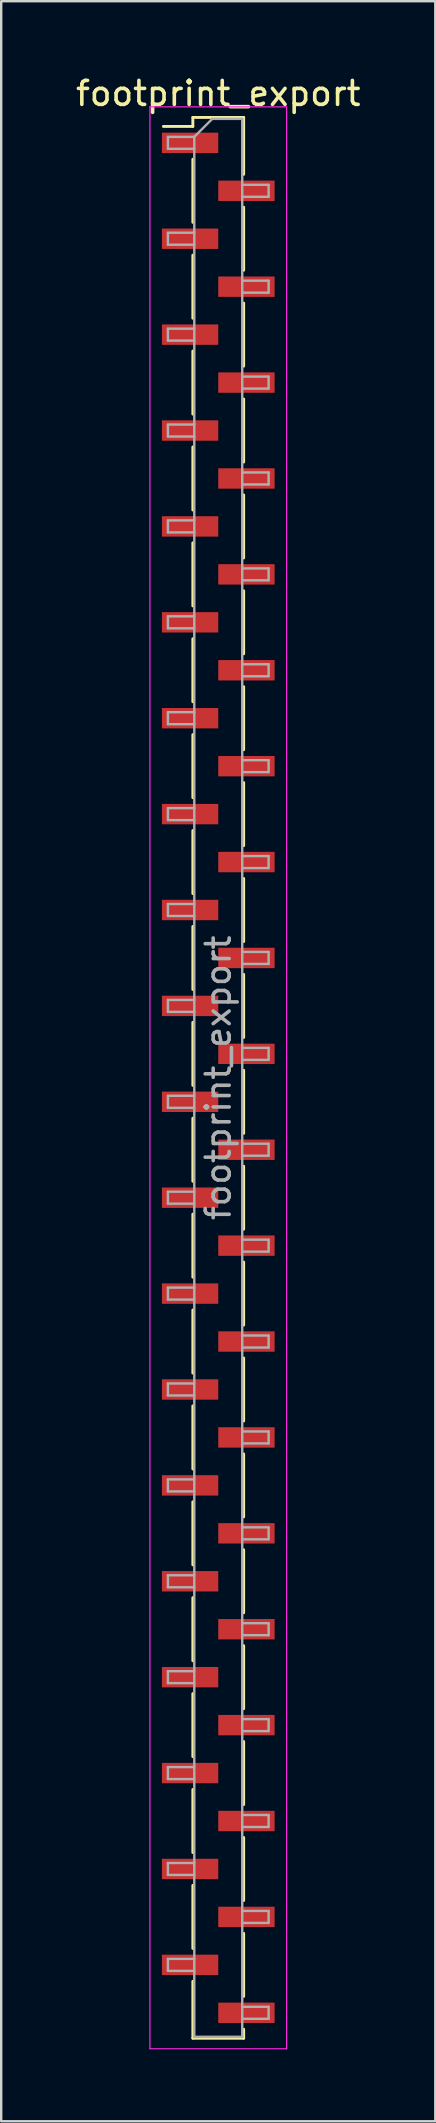
<source format=kicad_pcb>
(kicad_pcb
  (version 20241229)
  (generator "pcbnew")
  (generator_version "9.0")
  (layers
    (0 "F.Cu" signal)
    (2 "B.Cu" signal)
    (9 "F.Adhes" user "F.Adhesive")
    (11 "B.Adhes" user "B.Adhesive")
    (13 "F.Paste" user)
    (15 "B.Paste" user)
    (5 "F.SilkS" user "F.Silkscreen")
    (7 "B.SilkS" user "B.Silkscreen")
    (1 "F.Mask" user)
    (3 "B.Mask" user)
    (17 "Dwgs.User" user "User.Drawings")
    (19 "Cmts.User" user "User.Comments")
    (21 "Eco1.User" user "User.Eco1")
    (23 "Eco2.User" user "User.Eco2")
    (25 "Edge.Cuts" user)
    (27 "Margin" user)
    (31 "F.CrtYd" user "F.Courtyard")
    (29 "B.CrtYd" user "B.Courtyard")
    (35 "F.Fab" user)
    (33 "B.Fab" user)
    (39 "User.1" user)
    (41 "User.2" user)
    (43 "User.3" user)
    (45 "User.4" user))
  (footprint "footprint_export"
    (layer "F.Cu")
    (at 6.054 41.908)
    (property "Reference" "footprint_export" (at 0 -41.06 0) (layer "F.SilkS") (effects (font (size 1 1) (thickness 0.15))))
    (attr smd)
    (fp_line (start -1.06 -40.06) (end -1.06 -39.685) (stroke (width 0.12) (type solid)) (layer "F.SilkS"))
    (fp_line (start -1.06 -40.06) (end 1.06 -40.06) (stroke (width 0.12) (type solid)) (layer "F.SilkS"))
    (fp_line (start -1.06 -39.685) (end -2.29 -39.685) (stroke (width 0.12) (type solid)) (layer "F.SilkS"))
    (fp_line (start -1.06 -38.315) (end -1.06 -35.685) (stroke (width 0.12) (type solid)) (layer "F.SilkS"))
    (fp_line (start -1.06 -34.315) (end -1.06 -31.685) (stroke (width 0.12) (type solid)) (layer "F.SilkS"))
    (fp_line (start -1.06 -30.315) (end -1.06 -27.685) (stroke (width 0.12) (type solid)) (layer "F.SilkS"))
    (fp_line (start -1.06 -26.315) (end -1.06 -23.685) (stroke (width 0.12) (type solid)) (layer "F.SilkS"))
    (fp_line (start -1.06 -22.315) (end -1.06 -19.685) (stroke (width 0.12) (type solid)) (layer "F.SilkS"))
    (fp_line (start -1.06 -18.315) (end -1.06 -15.685) (stroke (width 0.12) (type solid)) (layer "F.SilkS"))
    (fp_line (start -1.06 -14.315) (end -1.06 -11.685) (stroke (width 0.12) (type solid)) (layer "F.SilkS"))
    (fp_line (start -1.06 -10.315) (end -1.06 -7.685) (stroke (width 0.12) (type solid)) (layer "F.SilkS"))
    (fp_line (start -1.06 -6.315) (end -1.06 -3.685) (stroke (width 0.12) (type solid)) (layer "F.SilkS"))
    (fp_line (start -1.06 -2.315) (end -1.06 0.315) (stroke (width 0.12) (type solid)) (layer "F.SilkS"))
    (fp_line (start -1.06 1.685) (end -1.06 4.315) (stroke (width 0.12) (type solid)) (layer "F.SilkS"))
    (fp_line (start -1.06 5.685) (end -1.06 8.315) (stroke (width 0.12) (type solid)) (layer "F.SilkS"))
    (fp_line (start -1.06 9.685) (end -1.06 12.315) (stroke (width 0.12) (type solid)) (layer "F.SilkS"))
    (fp_line (start -1.06 13.685) (end -1.06 16.315) (stroke (width 0.12) (type solid)) (layer "F.SilkS"))
    (fp_line (start -1.06 17.685) (end -1.06 20.315) (stroke (width 0.12) (type solid)) (layer "F.SilkS"))
    (fp_line (start -1.06 21.685) (end -1.06 24.315) (stroke (width 0.12) (type solid)) (layer "F.SilkS"))
    (fp_line (start -1.06 25.685) (end -1.06 28.315) (stroke (width 0.12) (type solid)) (layer "F.SilkS"))
    (fp_line (start -1.06 29.685) (end -1.06 32.315) (stroke (width 0.12) (type solid)) (layer "F.SilkS"))
    (fp_line (start -1.06 33.685) (end -1.06 36.315) (stroke (width 0.12) (type solid)) (layer "F.SilkS"))
    (fp_line (start -1.06 37.685) (end -1.06 40.06) (stroke (width 0.12) (type solid)) (layer "F.SilkS"))
    (fp_line (start -1.06 40.06) (end 1.06 40.06) (stroke (width 0.12) (type solid)) (layer "F.SilkS"))
    (fp_line (start 1.06 -40.06) (end 1.06 -37.685) (stroke (width 0.12) (type solid)) (layer "F.SilkS"))
    (fp_line (start 1.06 -36.315) (end 1.06 -33.685) (stroke (width 0.12) (type solid)) (layer "F.SilkS"))
    (fp_line (start 1.06 -32.315) (end 1.06 -29.685) (stroke (width 0.12) (type solid)) (layer "F.SilkS"))
    (fp_line (start 1.06 -28.315) (end 1.06 -25.685) (stroke (width 0.12) (type solid)) (layer "F.SilkS"))
    (fp_line (start 1.06 -24.315) (end 1.06 -21.685) (stroke (width 0.12) (type solid)) (layer "F.SilkS"))
    (fp_line (start 1.06 -20.315) (end 1.06 -17.685) (stroke (width 0.12) (type solid)) (layer "F.SilkS"))
    (fp_line (start 1.06 -16.315) (end 1.06 -13.685) (stroke (width 0.12) (type solid)) (layer "F.SilkS"))
    (fp_line (start 1.06 -12.315) (end 1.06 -9.685) (stroke (width 0.12) (type solid)) (layer "F.SilkS"))
    (fp_line (start 1.06 -8.315) (end 1.06 -5.685) (stroke (width 0.12) (type solid)) (layer "F.SilkS"))
    (fp_line (start 1.06 -4.315) (end 1.06 -1.685) (stroke (width 0.12) (type solid)) (layer "F.SilkS"))
    (fp_line (start 1.06 -0.315) (end 1.06 2.315) (stroke (width 0.12) (type solid)) (layer "F.SilkS"))
    (fp_line (start 1.06 3.685) (end 1.06 6.315) (stroke (width 0.12) (type solid)) (layer "F.SilkS"))
    (fp_line (start 1.06 7.685) (end 1.06 10.315) (stroke (width 0.12) (type solid)) (layer "F.SilkS"))
    (fp_line (start 1.06 11.685) (end 1.06 14.315) (stroke (width 0.12) (type solid)) (layer "F.SilkS"))
    (fp_line (start 1.06 15.685) (end 1.06 18.315) (stroke (width 0.12) (type solid)) (layer "F.SilkS"))
    (fp_line (start 1.06 19.685) (end 1.06 22.315) (stroke (width 0.12) (type solid)) (layer "F.SilkS"))
    (fp_line (start 1.06 23.685) (end 1.06 26.315) (stroke (width 0.12) (type solid)) (layer "F.SilkS"))
    (fp_line (start 1.06 27.685) (end 1.06 30.315) (stroke (width 0.12) (type solid)) (layer "F.SilkS"))
    (fp_line (start 1.06 31.685) (end 1.06 34.315) (stroke (width 0.12) (type solid)) (layer "F.SilkS"))
    (fp_line (start 1.06 35.685) (end 1.06 38.315) (stroke (width 0.12) (type solid)) (layer "F.SilkS"))
    (fp_line (start 1.06 39.685) (end 1.06 40.06) (stroke (width 0.12) (type solid)) (layer "F.SilkS"))
    (fp_line (start -2.85 -40.5) (end -2.85 40.5) (stroke (width 0.05) (type solid)) (layer "F.CrtYd"))
    (fp_line (start -2.85 40.5) (end 2.85 40.5) (stroke (width 0.05) (type solid)) (layer "F.CrtYd"))
    (fp_line (start 2.85 -40.5) (end -2.85 -40.5) (stroke (width 0.05) (type solid)) (layer "F.CrtYd"))
    (fp_line (start 2.85 40.5) (end 2.85 -40.5) (stroke (width 0.05) (type solid)) (layer "F.CrtYd"))
    (fp_line (start -2.1 -39.25) (end -2.1 -38.75) (stroke (width 0.1) (type solid)) (layer "F.Fab"))
    (fp_line (start -2.1 -38.75) (end -1 -38.75) (stroke (width 0.1) (type solid)) (layer "F.Fab"))
    (fp_line (start -2.1 -35.25) (end -2.1 -34.75) (stroke (width 0.1) (type solid)) (layer "F.Fab"))
    (fp_line (start -2.1 -34.75) (end -1 -34.75) (stroke (width 0.1) (type solid)) (layer "F.Fab"))
    (fp_line (start -2.1 -31.25) (end -2.1 -30.75) (stroke (width 0.1) (type solid)) (layer "F.Fab"))
    (fp_line (start -2.1 -30.75) (end -1 -30.75) (stroke (width 0.1) (type solid)) (layer "F.Fab"))
    (fp_line (start -2.1 -27.25) (end -2.1 -26.75) (stroke (width 0.1) (type solid)) (layer "F.Fab"))
    (fp_line (start -2.1 -26.75) (end -1 -26.75) (stroke (width 0.1) (type solid)) (layer "F.Fab"))
    (fp_line (start -2.1 -23.25) (end -2.1 -22.75) (stroke (width 0.1) (type solid)) (layer "F.Fab"))
    (fp_line (start -2.1 -22.75) (end -1 -22.75) (stroke (width 0.1) (type solid)) (layer "F.Fab"))
    (fp_line (start -2.1 -19.25) (end -2.1 -18.75) (stroke (width 0.1) (type solid)) (layer "F.Fab"))
    (fp_line (start -2.1 -18.75) (end -1 -18.75) (stroke (width 0.1) (type solid)) (layer "F.Fab"))
    (fp_line (start -2.1 -15.25) (end -2.1 -14.75) (stroke (width 0.1) (type solid)) (layer "F.Fab"))
    (fp_line (start -2.1 -14.75) (end -1 -14.75) (stroke (width 0.1) (type solid)) (layer "F.Fab"))
    (fp_line (start -2.1 -11.25) (end -2.1 -10.75) (stroke (width 0.1) (type solid)) (layer "F.Fab"))
    (fp_line (start -2.1 -10.75) (end -1 -10.75) (stroke (width 0.1) (type solid)) (layer "F.Fab"))
    (fp_line (start -2.1 -7.25) (end -2.1 -6.75) (stroke (width 0.1) (type solid)) (layer "F.Fab"))
    (fp_line (start -2.1 -6.75) (end -1 -6.75) (stroke (width 0.1) (type solid)) (layer "F.Fab"))
    (fp_line (start -2.1 -3.25) (end -2.1 -2.75) (stroke (width 0.1) (type solid)) (layer "F.Fab"))
    (fp_line (start -2.1 -2.75) (end -1 -2.75) (stroke (width 0.1) (type solid)) (layer "F.Fab"))
    (fp_line (start -2.1 0.75) (end -2.1 1.25) (stroke (width 0.1) (type solid)) (layer "F.Fab"))
    (fp_line (start -2.1 1.25) (end -1 1.25) (stroke (width 0.1) (type solid)) (layer "F.Fab"))
    (fp_line (start -2.1 4.75) (end -2.1 5.25) (stroke (width 0.1) (type solid)) (layer "F.Fab"))
    (fp_line (start -2.1 5.25) (end -1 5.25) (stroke (width 0.1) (type solid)) (layer "F.Fab"))
    (fp_line (start -2.1 8.75) (end -2.1 9.25) (stroke (width 0.1) (type solid)) (layer "F.Fab"))
    (fp_line (start -2.1 9.25) (end -1 9.25) (stroke (width 0.1) (type solid)) (layer "F.Fab"))
    (fp_line (start -2.1 12.75) (end -2.1 13.25) (stroke (width 0.1) (type solid)) (layer "F.Fab"))
    (fp_line (start -2.1 13.25) (end -1 13.25) (stroke (width 0.1) (type solid)) (layer "F.Fab"))
    (fp_line (start -2.1 16.75) (end -2.1 17.25) (stroke (width 0.1) (type solid)) (layer "F.Fab"))
    (fp_line (start -2.1 17.25) (end -1 17.25) (stroke (width 0.1) (type solid)) (layer "F.Fab"))
    (fp_line (start -2.1 20.75) (end -2.1 21.25) (stroke (width 0.1) (type solid)) (layer "F.Fab"))
    (fp_line (start -2.1 21.25) (end -1 21.25) (stroke (width 0.1) (type solid)) (layer "F.Fab"))
    (fp_line (start -2.1 24.75) (end -2.1 25.25) (stroke (width 0.1) (type solid)) (layer "F.Fab"))
    (fp_line (start -2.1 25.25) (end -1 25.25) (stroke (width 0.1) (type solid)) (layer "F.Fab"))
    (fp_line (start -2.1 28.75) (end -2.1 29.25) (stroke (width 0.1) (type solid)) (layer "F.Fab"))
    (fp_line (start -2.1 29.25) (end -1 29.25) (stroke (width 0.1) (type solid)) (layer "F.Fab"))
    (fp_line (start -2.1 32.75) (end -2.1 33.25) (stroke (width 0.1) (type solid)) (layer "F.Fab"))
    (fp_line (start -2.1 33.25) (end -1 33.25) (stroke (width 0.1) (type solid)) (layer "F.Fab"))
    (fp_line (start -2.1 36.75) (end -2.1 37.25) (stroke (width 0.1) (type solid)) (layer "F.Fab"))
    (fp_line (start -2.1 37.25) (end -1 37.25) (stroke (width 0.1) (type solid)) (layer "F.Fab"))
    (fp_line (start -1 -39.25) (end -2.1 -39.25) (stroke (width 0.1) (type solid)) (layer "F.Fab"))
    (fp_line (start -1 -39.25) (end -0.25 -40) (stroke (width 0.1) (type solid)) (layer "F.Fab"))
    (fp_line (start -1 -35.25) (end -2.1 -35.25) (stroke (width 0.1) (type solid)) (layer "F.Fab"))
    (fp_line (start -1 -31.25) (end -2.1 -31.25) (stroke (width 0.1) (type solid)) (layer "F.Fab"))
    (fp_line (start -1 -27.25) (end -2.1 -27.25) (stroke (width 0.1) (type solid)) (layer "F.Fab"))
    (fp_line (start -1 -23.25) (end -2.1 -23.25) (stroke (width 0.1) (type solid)) (layer "F.Fab"))
    (fp_line (start -1 -19.25) (end -2.1 -19.25) (stroke (width 0.1) (type solid)) (layer "F.Fab"))
    (fp_line (start -1 -15.25) (end -2.1 -15.25) (stroke (width 0.1) (type solid)) (layer "F.Fab"))
    (fp_line (start -1 -11.25) (end -2.1 -11.25) (stroke (width 0.1) (type solid)) (layer "F.Fab"))
    (fp_line (start -1 -7.25) (end -2.1 -7.25) (stroke (width 0.1) (type solid)) (layer "F.Fab"))
    (fp_line (start -1 -3.25) (end -2.1 -3.25) (stroke (width 0.1) (type solid)) (layer "F.Fab"))
    (fp_line (start -1 0.75) (end -2.1 0.75) (stroke (width 0.1) (type solid)) (layer "F.Fab"))
    (fp_line (start -1 4.75) (end -2.1 4.75) (stroke (width 0.1) (type solid)) (layer "F.Fab"))
    (fp_line (start -1 8.75) (end -2.1 8.75) (stroke (width 0.1) (type solid)) (layer "F.Fab"))
    (fp_line (start -1 12.75) (end -2.1 12.75) (stroke (width 0.1) (type solid)) (layer "F.Fab"))
    (fp_line (start -1 16.75) (end -2.1 16.75) (stroke (width 0.1) (type solid)) (layer "F.Fab"))
    (fp_line (start -1 20.75) (end -2.1 20.75) (stroke (width 0.1) (type solid)) (layer "F.Fab"))
    (fp_line (start -1 24.75) (end -2.1 24.75) (stroke (width 0.1) (type solid)) (layer "F.Fab"))
    (fp_line (start -1 28.75) (end -2.1 28.75) (stroke (width 0.1) (type solid)) (layer "F.Fab"))
    (fp_line (start -1 32.75) (end -2.1 32.75) (stroke (width 0.1) (type solid)) (layer "F.Fab"))
    (fp_line (start -1 36.75) (end -2.1 36.75) (stroke (width 0.1) (type solid)) (layer "F.Fab"))
    (fp_line (start -1 40) (end -1 -39.25) (stroke (width 0.1) (type solid)) (layer "F.Fab"))
    (fp_line (start -0.25 -40) (end 1 -40) (stroke (width 0.1) (type solid)) (layer "F.Fab"))
    (fp_line (start 1 -40) (end 1 40) (stroke (width 0.1) (type solid)) (layer "F.Fab"))
    (fp_line (start 1 -37.25) (end 2.1 -37.25) (stroke (width 0.1) (type solid)) (layer "F.Fab"))
    (fp_line (start 1 -33.25) (end 2.1 -33.25) (stroke (width 0.1) (type solid)) (layer "F.Fab"))
    (fp_line (start 1 -29.25) (end 2.1 -29.25) (stroke (width 0.1) (type solid)) (layer "F.Fab"))
    (fp_line (start 1 -25.25) (end 2.1 -25.25) (stroke (width 0.1) (type solid)) (layer "F.Fab"))
    (fp_line (start 1 -21.25) (end 2.1 -21.25) (stroke (width 0.1) (type solid)) (layer "F.Fab"))
    (fp_line (start 1 -17.25) (end 2.1 -17.25) (stroke (width 0.1) (type solid)) (layer "F.Fab"))
    (fp_line (start 1 -13.25) (end 2.1 -13.25) (stroke (width 0.1) (type solid)) (layer "F.Fab"))
    (fp_line (start 1 -9.25) (end 2.1 -9.25) (stroke (width 0.1) (type solid)) (layer "F.Fab"))
    (fp_line (start 1 -5.25) (end 2.1 -5.25) (stroke (width 0.1) (type solid)) (layer "F.Fab"))
    (fp_line (start 1 -1.25) (end 2.1 -1.25) (stroke (width 0.1) (type solid)) (layer "F.Fab"))
    (fp_line (start 1 2.75) (end 2.1 2.75) (stroke (width 0.1) (type solid)) (layer "F.Fab"))
    (fp_line (start 1 6.75) (end 2.1 6.75) (stroke (width 0.1) (type solid)) (layer "F.Fab"))
    (fp_line (start 1 10.75) (end 2.1 10.75) (stroke (width 0.1) (type solid)) (layer "F.Fab"))
    (fp_line (start 1 14.75) (end 2.1 14.75) (stroke (width 0.1) (type solid)) (layer "F.Fab"))
    (fp_line (start 1 18.75) (end 2.1 18.75) (stroke (width 0.1) (type solid)) (layer "F.Fab"))
    (fp_line (start 1 22.75) (end 2.1 22.75) (stroke (width 0.1) (type solid)) (layer "F.Fab"))
    (fp_line (start 1 26.75) (end 2.1 26.75) (stroke (width 0.1) (type solid)) (layer "F.Fab"))
    (fp_line (start 1 30.75) (end 2.1 30.75) (stroke (width 0.1) (type solid)) (layer "F.Fab"))
    (fp_line (start 1 34.75) (end 2.1 34.75) (stroke (width 0.1) (type solid)) (layer "F.Fab"))
    (fp_line (start 1 38.75) (end 2.1 38.75) (stroke (width 0.1) (type solid)) (layer "F.Fab"))
    (fp_line (start 1 40) (end -1 40) (stroke (width 0.1) (type solid)) (layer "F.Fab"))
    (fp_line (start 2.1 -37.25) (end 2.1 -36.75) (stroke (width 0.1) (type solid)) (layer "F.Fab"))
    (fp_line (start 2.1 -36.75) (end 1 -36.75) (stroke (width 0.1) (type solid)) (layer "F.Fab"))
    (fp_line (start 2.1 -33.25) (end 2.1 -32.75) (stroke (width 0.1) (type solid)) (layer "F.Fab"))
    (fp_line (start 2.1 -32.75) (end 1 -32.75) (stroke (width 0.1) (type solid)) (layer "F.Fab"))
    (fp_line (start 2.1 -29.25) (end 2.1 -28.75) (stroke (width 0.1) (type solid)) (layer "F.Fab"))
    (fp_line (start 2.1 -28.75) (end 1 -28.75) (stroke (width 0.1) (type solid)) (layer "F.Fab"))
    (fp_line (start 2.1 -25.25) (end 2.1 -24.75) (stroke (width 0.1) (type solid)) (layer "F.Fab"))
    (fp_line (start 2.1 -24.75) (end 1 -24.75) (stroke (width 0.1) (type solid)) (layer "F.Fab"))
    (fp_line (start 2.1 -21.25) (end 2.1 -20.75) (stroke (width 0.1) (type solid)) (layer "F.Fab"))
    (fp_line (start 2.1 -20.75) (end 1 -20.75) (stroke (width 0.1) (type solid)) (layer "F.Fab"))
    (fp_line (start 2.1 -17.25) (end 2.1 -16.75) (stroke (width 0.1) (type solid)) (layer "F.Fab"))
    (fp_line (start 2.1 -16.75) (end 1 -16.75) (stroke (width 0.1) (type solid)) (layer "F.Fab"))
    (fp_line (start 2.1 -13.25) (end 2.1 -12.75) (stroke (width 0.1) (type solid)) (layer "F.Fab"))
    (fp_line (start 2.1 -12.75) (end 1 -12.75) (stroke (width 0.1) (type solid)) (layer "F.Fab"))
    (fp_line (start 2.1 -9.25) (end 2.1 -8.75) (stroke (width 0.1) (type solid)) (layer "F.Fab"))
    (fp_line (start 2.1 -8.75) (end 1 -8.75) (stroke (width 0.1) (type solid)) (layer "F.Fab"))
    (fp_line (start 2.1 -5.25) (end 2.1 -4.75) (stroke (width 0.1) (type solid)) (layer "F.Fab"))
    (fp_line (start 2.1 -4.75) (end 1 -4.75) (stroke (width 0.1) (type solid)) (layer "F.Fab"))
    (fp_line (start 2.1 -1.25) (end 2.1 -0.75) (stroke (width 0.1) (type solid)) (layer "F.Fab"))
    (fp_line (start 2.1 -0.75) (end 1 -0.75) (stroke (width 0.1) (type solid)) (layer "F.Fab"))
    (fp_line (start 2.1 2.75) (end 2.1 3.25) (stroke (width 0.1) (type solid)) (layer "F.Fab"))
    (fp_line (start 2.1 3.25) (end 1 3.25) (stroke (width 0.1) (type solid)) (layer "F.Fab"))
    (fp_line (start 2.1 6.75) (end 2.1 7.25) (stroke (width 0.1) (type solid)) (layer "F.Fab"))
    (fp_line (start 2.1 7.25) (end 1 7.25) (stroke (width 0.1) (type solid)) (layer "F.Fab"))
    (fp_line (start 2.1 10.75) (end 2.1 11.25) (stroke (width 0.1) (type solid)) (layer "F.Fab"))
    (fp_line (start 2.1 11.25) (end 1 11.25) (stroke (width 0.1) (type solid)) (layer "F.Fab"))
    (fp_line (start 2.1 14.75) (end 2.1 15.25) (stroke (width 0.1) (type solid)) (layer "F.Fab"))
    (fp_line (start 2.1 15.25) (end 1 15.25) (stroke (width 0.1) (type solid)) (layer "F.Fab"))
    (fp_line (start 2.1 18.75) (end 2.1 19.25) (stroke (width 0.1) (type solid)) (layer "F.Fab"))
    (fp_line (start 2.1 19.25) (end 1 19.25) (stroke (width 0.1) (type solid)) (layer "F.Fab"))
    (fp_line (start 2.1 22.75) (end 2.1 23.25) (stroke (width 0.1) (type solid)) (layer "F.Fab"))
    (fp_line (start 2.1 23.25) (end 1 23.25) (stroke (width 0.1) (type solid)) (layer "F.Fab"))
    (fp_line (start 2.1 26.75) (end 2.1 27.25) (stroke (width 0.1) (type solid)) (layer "F.Fab"))
    (fp_line (start 2.1 27.25) (end 1 27.25) (stroke (width 0.1) (type solid)) (layer "F.Fab"))
    (fp_line (start 2.1 30.75) (end 2.1 31.25) (stroke (width 0.1) (type solid)) (layer "F.Fab"))
    (fp_line (start 2.1 31.25) (end 1 31.25) (stroke (width 0.1) (type solid)) (layer "F.Fab"))
    (fp_line (start 2.1 34.75) (end 2.1 35.25) (stroke (width 0.1) (type solid)) (layer "F.Fab"))
    (fp_line (start 2.1 35.25) (end 1 35.25) (stroke (width 0.1) (type solid)) (layer "F.Fab"))
    (fp_line (start 2.1 38.75) (end 2.1 39.25) (stroke (width 0.1) (type solid)) (layer "F.Fab"))
    (fp_line (start 2.1 39.25) (end 1 39.25) (stroke (width 0.1) (type solid)) (layer "F.Fab"))
    (fp_text user "${REFERENCE}" (at 0 0 90) (layer "F.Fab") (effects (font (size 1 1) (thickness 0.15))))
    (pad "1" smd rect (at -1.175 -39) (size 2.35 0.85) (layers "F.Cu" "F.Mask" "F.Paste"))
    (pad "2" smd rect (at 1.175 -37) (size 2.35 0.85) (layers "F.Cu" "F.Mask" "F.Paste"))
    (pad "3" smd rect (at -1.175 -35) (size 2.35 0.85) (layers "F.Cu" "F.Mask" "F.Paste"))
    (pad "4" smd rect (at 1.175 -33) (size 2.35 0.85) (layers "F.Cu" "F.Mask" "F.Paste"))
    (pad "5" smd rect (at -1.175 -31) (size 2.35 0.85) (layers "F.Cu" "F.Mask" "F.Paste"))
    (pad "6" smd rect (at 1.175 -29) (size 2.35 0.85) (layers "F.Cu" "F.Mask" "F.Paste"))
    (pad "7" smd rect (at -1.175 -27) (size 2.35 0.85) (layers "F.Cu" "F.Mask" "F.Paste"))
    (pad "8" smd rect (at 1.175 -25) (size 2.35 0.85) (layers "F.Cu" "F.Mask" "F.Paste"))
    (pad "9" smd rect (at -1.175 -23) (size 2.35 0.85) (layers "F.Cu" "F.Mask" "F.Paste"))
    (pad "10" smd rect (at 1.175 -21) (size 2.35 0.85) (layers "F.Cu" "F.Mask" "F.Paste"))
    (pad "11" smd rect (at -1.175 -19) (size 2.35 0.85) (layers "F.Cu" "F.Mask" "F.Paste"))
    (pad "12" smd rect (at 1.175 -17) (size 2.35 0.85) (layers "F.Cu" "F.Mask" "F.Paste"))
    (pad "13" smd rect (at -1.175 -15) (size 2.35 0.85) (layers "F.Cu" "F.Mask" "F.Paste"))
    (pad "14" smd rect (at 1.175 -13) (size 2.35 0.85) (layers "F.Cu" "F.Mask" "F.Paste"))
    (pad "15" smd rect (at -1.175 -11) (size 2.35 0.85) (layers "F.Cu" "F.Mask" "F.Paste"))
    (pad "16" smd rect (at 1.175 -9) (size 2.35 0.85) (layers "F.Cu" "F.Mask" "F.Paste"))
    (pad "17" smd rect (at -1.175 -7) (size 2.35 0.85) (layers "F.Cu" "F.Mask" "F.Paste"))
    (pad "18" smd rect (at 1.175 -5) (size 2.35 0.85) (layers "F.Cu" "F.Mask" "F.Paste"))
    (pad "19" smd rect (at -1.175 -3) (size 2.35 0.85) (layers "F.Cu" "F.Mask" "F.Paste"))
    (pad "20" smd rect (at 1.175 -1) (size 2.35 0.85) (layers "F.Cu" "F.Mask" "F.Paste"))
    (pad "21" smd rect (at -1.175 1) (size 2.35 0.85) (layers "F.Cu" "F.Mask" "F.Paste"))
    (pad "22" smd rect (at 1.175 3) (size 2.35 0.85) (layers "F.Cu" "F.Mask" "F.Paste"))
    (pad "23" smd rect (at -1.175 5) (size 2.35 0.85) (layers "F.Cu" "F.Mask" "F.Paste"))
    (pad "24" smd rect (at 1.175 7) (size 2.35 0.85) (layers "F.Cu" "F.Mask" "F.Paste"))
    (pad "25" smd rect (at -1.175 9) (size 2.35 0.85) (layers "F.Cu" "F.Mask" "F.Paste"))
    (pad "26" smd rect (at 1.175 11) (size 2.35 0.85) (layers "F.Cu" "F.Mask" "F.Paste"))
    (pad "27" smd rect (at -1.175 13) (size 2.35 0.85) (layers "F.Cu" "F.Mask" "F.Paste"))
    (pad "28" smd rect (at 1.175 15) (size 2.35 0.85) (layers "F.Cu" "F.Mask" "F.Paste"))
    (pad "29" smd rect (at -1.175 17) (size 2.35 0.85) (layers "F.Cu" "F.Mask" "F.Paste"))
    (pad "30" smd rect (at 1.175 19) (size 2.35 0.85) (layers "F.Cu" "F.Mask" "F.Paste"))
    (pad "31" smd rect (at -1.175 21) (size 2.35 0.85) (layers "F.Cu" "F.Mask" "F.Paste"))
    (pad "32" smd rect (at 1.175 23) (size 2.35 0.85) (layers "F.Cu" "F.Mask" "F.Paste"))
    (pad "33" smd rect (at -1.175 25) (size 2.35 0.85) (layers "F.Cu" "F.Mask" "F.Paste"))
    (pad "34" smd rect (at 1.175 27) (size 2.35 0.85) (layers "F.Cu" "F.Mask" "F.Paste"))
    (pad "35" smd rect (at -1.175 29) (size 2.35 0.85) (layers "F.Cu" "F.Mask" "F.Paste"))
    (pad "36" smd rect (at 1.175 31) (size 2.35 0.85) (layers "F.Cu" "F.Mask" "F.Paste"))
    (pad "37" smd rect (at -1.175 33) (size 2.35 0.85) (layers "F.Cu" "F.Mask" "F.Paste"))
    (pad "38" smd rect (at 1.175 35) (size 2.35 0.85) (layers "F.Cu" "F.Mask" "F.Paste"))
    (pad "39" smd rect (at -1.175 37) (size 2.35 0.85) (layers "F.Cu" "F.Mask" "F.Paste"))
    (pad "40" smd rect (at 1.175 39) (size 2.35 0.85) (layers "F.Cu" "F.Mask" "F.Paste")))
  (gr_rect
    (start -3 -3)
    (end 15.107 85.433)
    (stroke (width 0.1) (type default))
    (fill no)
    (layer "Edge.Cuts")))
</source>
